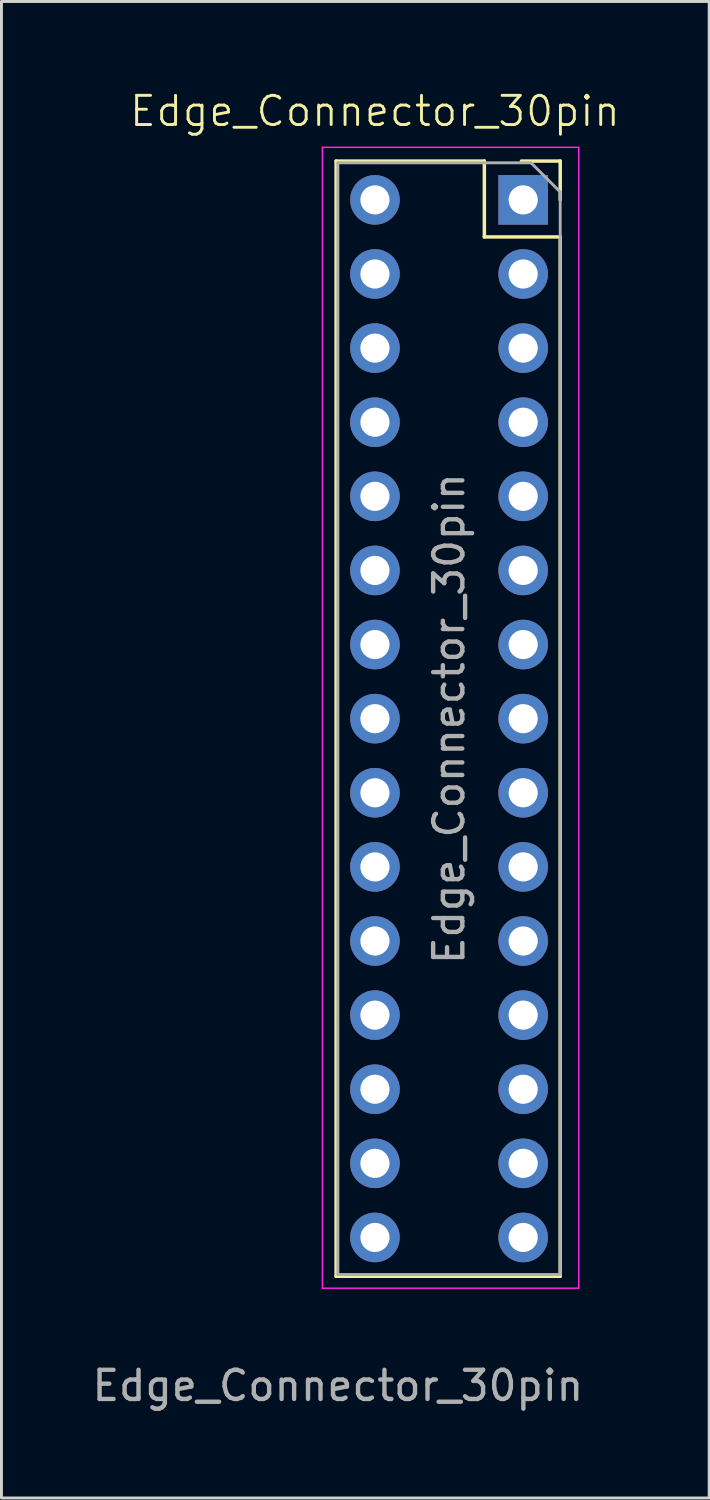
<source format=kicad_pcb>
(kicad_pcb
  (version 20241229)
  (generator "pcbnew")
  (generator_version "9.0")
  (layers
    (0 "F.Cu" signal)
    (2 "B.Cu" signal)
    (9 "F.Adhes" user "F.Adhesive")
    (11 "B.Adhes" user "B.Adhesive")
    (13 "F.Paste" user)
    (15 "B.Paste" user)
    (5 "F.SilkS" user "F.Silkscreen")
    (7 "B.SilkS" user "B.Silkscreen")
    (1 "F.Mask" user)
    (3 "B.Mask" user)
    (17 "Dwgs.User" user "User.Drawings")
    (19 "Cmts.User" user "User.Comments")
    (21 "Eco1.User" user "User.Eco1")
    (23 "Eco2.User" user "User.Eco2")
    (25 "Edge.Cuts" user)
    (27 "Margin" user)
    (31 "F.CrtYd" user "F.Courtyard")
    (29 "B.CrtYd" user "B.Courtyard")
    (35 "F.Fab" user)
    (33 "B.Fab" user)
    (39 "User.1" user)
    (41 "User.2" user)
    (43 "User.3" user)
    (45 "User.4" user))
  (footprint "Edge_Connector_30pin"
    (layer "F.Cu")
    (at 9.8 1.26)
    (property "Reference" "Edge_Connector_30pin" (at 0 -0.5 0) (unlocked yes) (layer "F.SilkS") (effects (font (size 1 1) (thickness 0.1))))
    (attr through_hole)
    (fp_line (start -1.33 1.21) (end -1.33 39.43) (stroke (width 0.12) (type solid)) (layer "F.SilkS"))
    (fp_line (start -1.33 1.21) (end 3.75 1.21) (stroke (width 0.12) (type solid)) (layer "F.SilkS"))
    (fp_line (start -1.33 39.43) (end 6.35 39.43) (stroke (width 0.12) (type solid)) (layer "F.SilkS"))
    (fp_line (start 3.75 1.21) (end 3.75 3.81) (stroke (width 0.12) (type solid)) (layer "F.SilkS"))
    (fp_line (start 3.75 3.81) (end 6.35 3.81) (stroke (width 0.12) (type solid)) (layer "F.SilkS"))
    (fp_line (start 5.02 1.21) (end 6.35 1.21) (stroke (width 0.12) (type solid)) (layer "F.SilkS"))
    (fp_line (start 6.35 1.21) (end 6.35 2.54) (stroke (width 0.12) (type solid)) (layer "F.SilkS"))
    (fp_line (start 6.35 3.81) (end 6.35 39.43) (stroke (width 0.12) (type solid)) (layer "F.SilkS"))
    (fp_line (start -1.8 0.74) (end 6.985 0.74) (stroke (width 0.05) (type solid)) (layer "F.CrtYd"))
    (fp_line (start -1.8 39.84) (end -1.8 0.74) (stroke (width 0.05) (type solid)) (layer "F.CrtYd"))
    (fp_line (start -1.8 39.84) (end 6.985 39.84) (stroke (width 0.05) (type default)) (layer "F.CrtYd"))
    (fp_line (start 6.985 0.74) (end 6.985 39.84) (stroke (width 0.05) (type solid)) (layer "F.CrtYd"))
    (fp_line (start -1.27 1.27) (end 5.35 1.27) (stroke (width 0.1) (type solid)) (layer "F.Fab"))
    (fp_line (start -1.27 39.37) (end -1.27 1.27) (stroke (width 0.1) (type solid)) (layer "F.Fab"))
    (fp_line (start 5.35 1.27) (end 6.35 2.27) (stroke (width 0.1) (type solid)) (layer "F.Fab"))
    (fp_line (start 6.35 2.27) (end 6.35 39.37) (stroke (width 0.1) (type solid)) (layer "F.Fab"))
    (fp_line (start 6.35 39.37) (end -1.27 39.37) (stroke (width 0.1) (type solid)) (layer "F.Fab"))
    (fp_text user "${REFERENCE}" (at -1.27 43.18 0) (unlocked yes) (layer "F.Fab") (effects (font (size 1 1) (thickness 0.15))))
    (fp_text user "${REFERENCE}" (at 2.54 20.32 90) (layer "F.Fab") (effects (font (size 1 1) (thickness 0.15))))
    (pad "1" thru_hole rect (at 5.08 2.54) (size 1.7 1.7) (drill 1) (layers "*.Cu" "*.Mask"))
    (pad "2" thru_hole oval (at 5.08 5.08) (size 1.7 1.7) (drill 1) (layers "*.Cu" "*.Mask"))
    (pad "3" thru_hole oval (at 5.08 7.62) (size 1.7 1.7) (drill 1) (layers "*.Cu" "*.Mask"))
    (pad "4" thru_hole oval (at 5.08 10.16) (size 1.7 1.7) (drill 1) (layers "*.Cu" "*.Mask"))
    (pad "5" thru_hole oval (at 5.08 12.7) (size 1.7 1.7) (drill 1) (layers "*.Cu" "*.Mask"))
    (pad "6" thru_hole oval (at 5.08 15.24) (size 1.7 1.7) (drill 1) (layers "*.Cu" "*.Mask"))
    (pad "7" thru_hole oval (at 5.08 17.78) (size 1.7 1.7) (drill 1) (layers "*.Cu" "*.Mask"))
    (pad "8" thru_hole oval (at 5.08 20.32) (size 1.7 1.7) (drill 1) (layers "*.Cu" "*.Mask"))
    (pad "9" thru_hole oval (at 5.08 22.86) (size 1.7 1.7) (drill 1) (layers "*.Cu" "*.Mask"))
    (pad "10" thru_hole oval (at 5.08 25.4) (size 1.7 1.7) (drill 1) (layers "*.Cu" "*.Mask"))
    (pad "11" thru_hole oval (at 5.08 27.94) (size 1.7 1.7) (drill 1) (layers "*.Cu" "*.Mask"))
    (pad "12" thru_hole oval (at 5.08 30.48) (size 1.7 1.7) (drill 1) (layers "*.Cu" "*.Mask"))
    (pad "13" thru_hole oval (at 5.08 33.02) (size 1.7 1.7) (drill 1) (layers "*.Cu" "*.Mask"))
    (pad "14" thru_hole oval (at 5.08 35.56) (size 1.7 1.7) (drill 1) (layers "*.Cu" "*.Mask"))
    (pad "15" thru_hole oval (at 5.08 38.1) (size 1.7 1.7) (drill 1) (layers "*.Cu" "*.Mask"))
    (pad "16" thru_hole oval (at 0 2.54) (size 1.7 1.7) (drill 1) (layers "*.Cu" "*.Mask"))
    (pad "17" thru_hole oval (at 0 5.08) (size 1.7 1.7) (drill 1) (layers "*.Cu" "*.Mask"))
    (pad "18" thru_hole oval (at 0 7.62) (size 1.7 1.7) (drill 1) (layers "*.Cu" "*.Mask"))
    (pad "19" thru_hole oval (at 0 10.16) (size 1.7 1.7) (drill 1) (layers "*.Cu" "*.Mask"))
    (pad "20" thru_hole oval (at 0 12.7) (size 1.7 1.7) (drill 1) (layers "*.Cu" "*.Mask"))
    (pad "21" thru_hole oval (at 0 15.24) (size 1.7 1.7) (drill 1) (layers "*.Cu" "*.Mask"))
    (pad "22" thru_hole oval (at 0 17.78) (size 1.7 1.7) (drill 1) (layers "*.Cu" "*.Mask"))
    (pad "23" thru_hole oval (at 0 20.32) (size 1.7 1.7) (drill 1) (layers "*.Cu" "*.Mask"))
    (pad "24" thru_hole oval (at 0 22.86) (size 1.7 1.7) (drill 1) (layers "*.Cu" "*.Mask"))
    (pad "25" thru_hole oval (at 0 25.4) (size 1.7 1.7) (drill 1) (layers "*.Cu" "*.Mask"))
    (pad "26" thru_hole oval (at 0 27.94) (size 1.7 1.7) (drill 1) (layers "*.Cu" "*.Mask"))
    (pad "27" thru_hole oval (at 0 30.48) (size 1.7 1.7) (drill 1) (layers "*.Cu" "*.Mask"))
    (pad "28" thru_hole oval (at 0 33.02) (size 1.7 1.7) (drill 1) (layers "*.Cu" "*.Mask"))
    (pad "29" thru_hole oval (at 0 35.56) (size 1.7 1.7) (drill 1) (layers "*.Cu" "*.Mask"))
    (pad "30" thru_hole oval (at 0 38.1) (size 1.7 1.7) (drill 1) (layers "*.Cu" "*.Mask")))
  (gr_rect
    (start -3 -3)
    (end 21.255 48.289)
    (stroke (width 0.1) (type default))
    (fill no)
    (layer "Edge.Cuts")))
</source>
